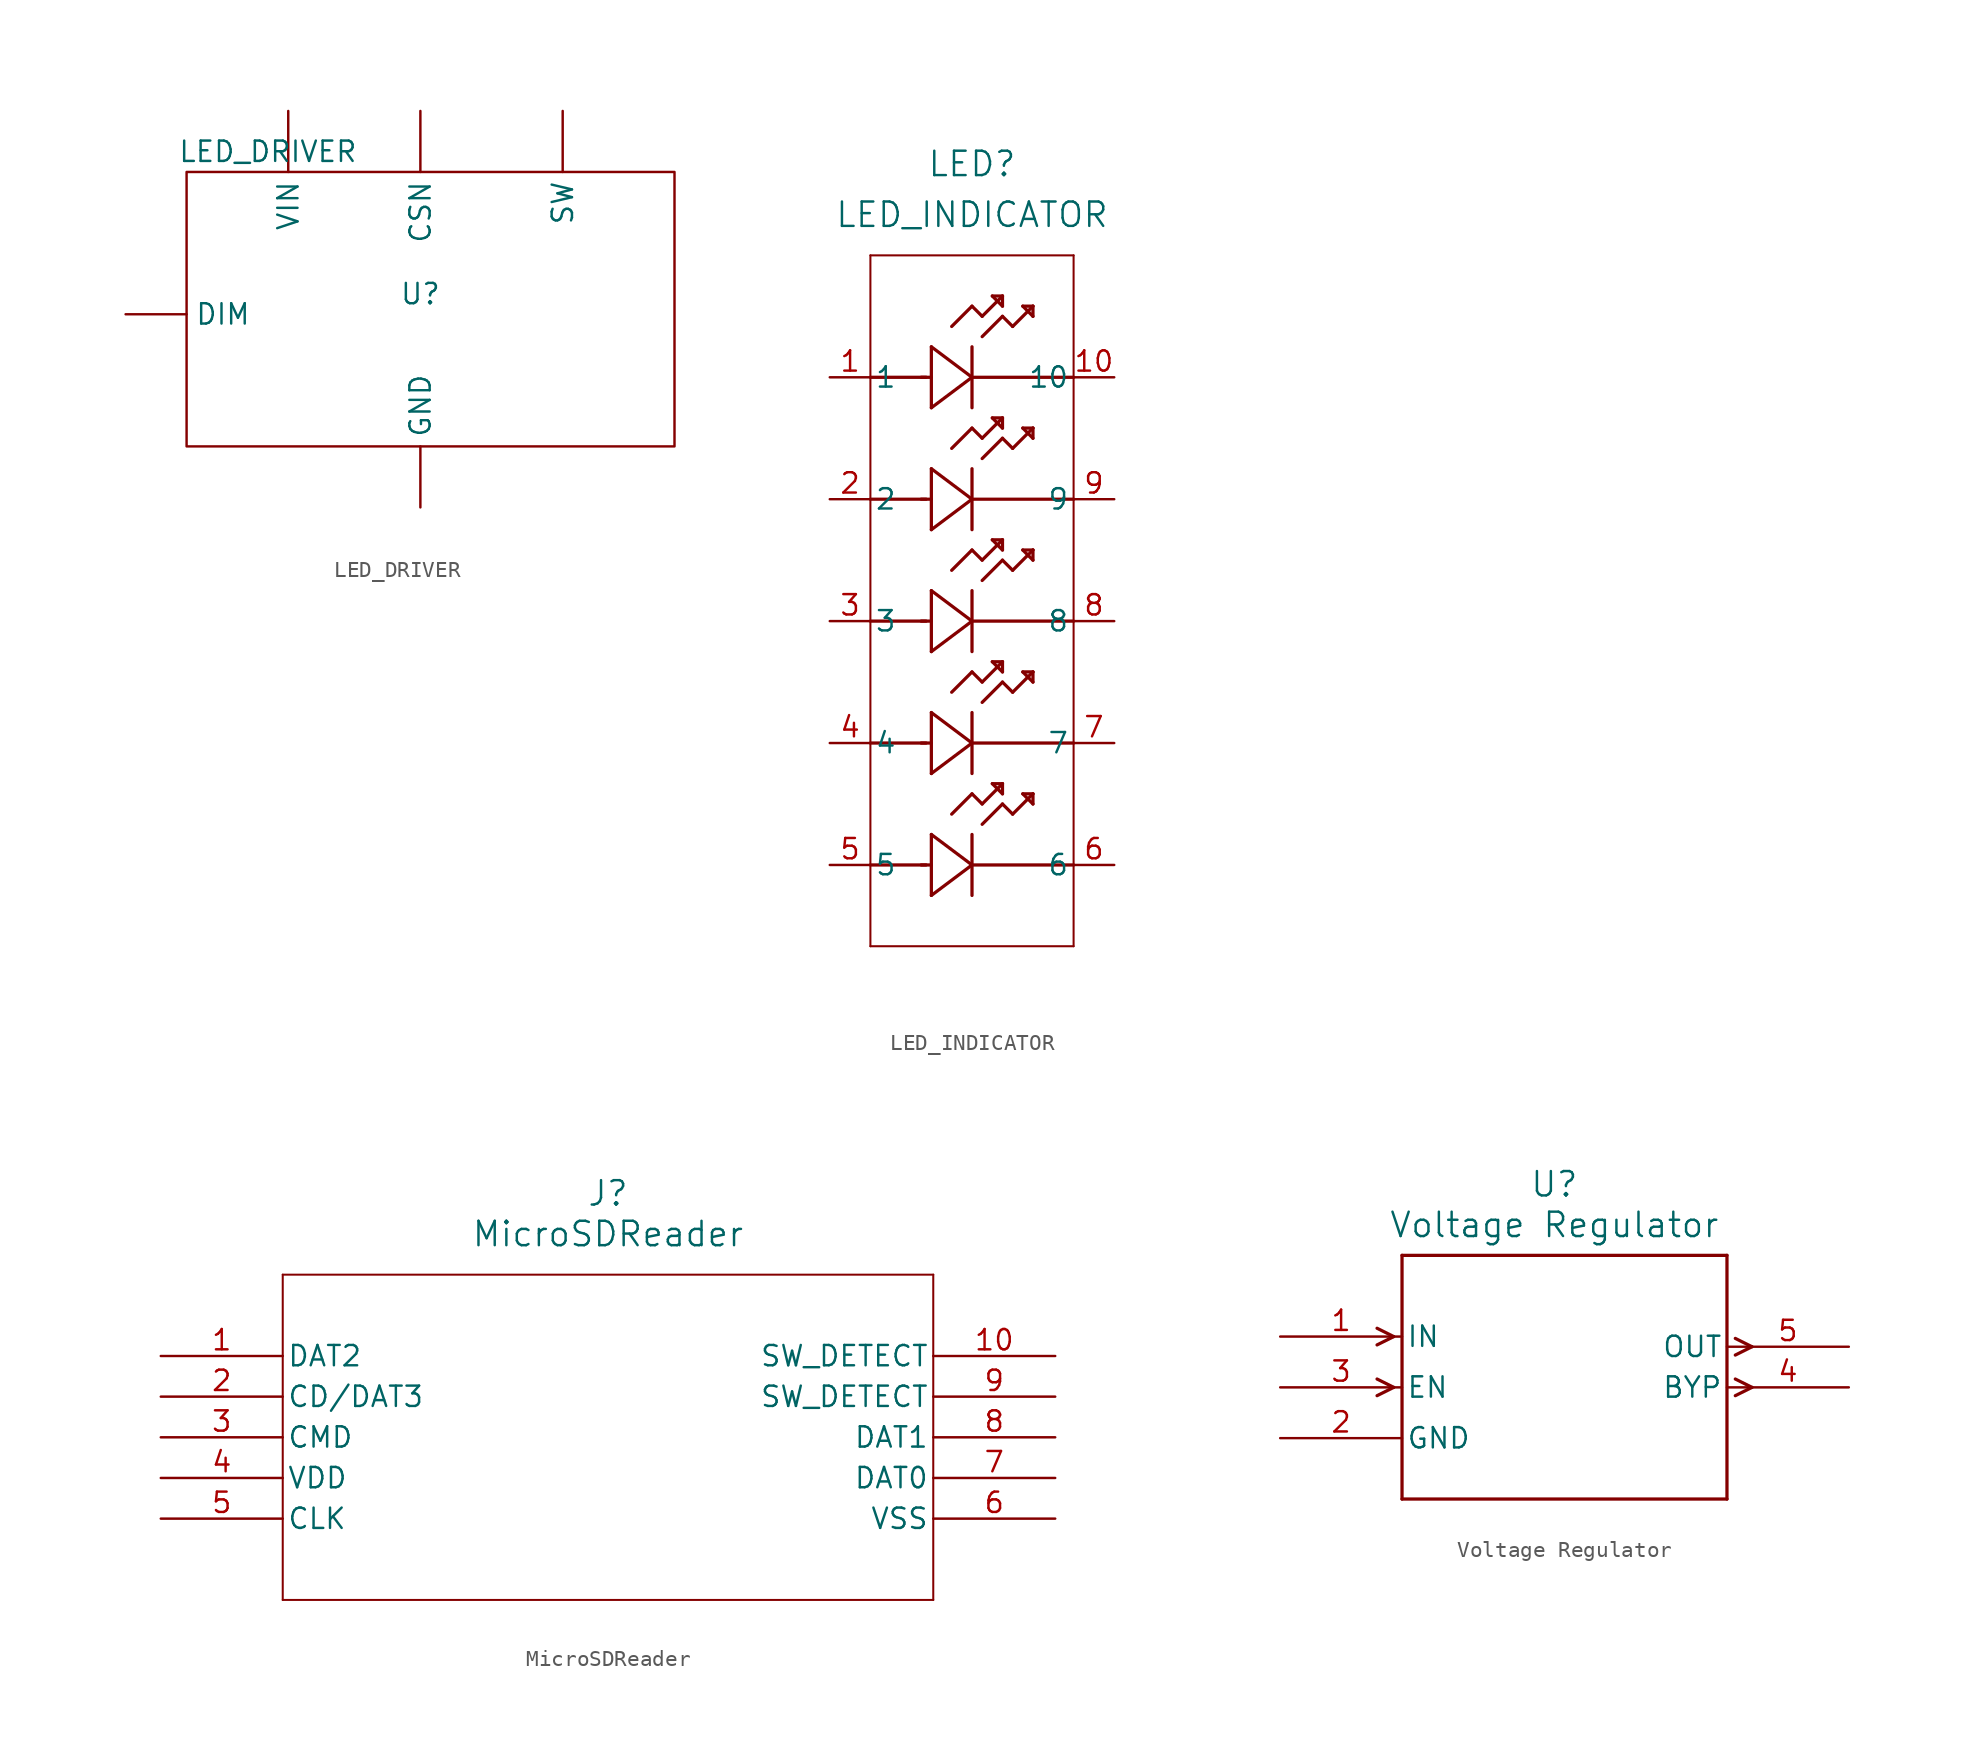
<source format=kicad_sym>
(kicad_symbol_lib
  (version 20220914)
  (generator kicad_symbol_editor)
  (symbol "LED_DRIVER"
    (property "Reference" "U"
      (at 9.525 -8.89 0)
      (effects (font (size 1.27 1.27))))
    (property "Value" "LED_DRIVER"
      (at 0 0 0)
      (effects (font (size 1.27 1.27))))
    (symbol "LED_DRIVER_0_1"
      (rectangle (start -5.08 -1.27) (end 25.4 -18.415) (stroke (width 0) (type default)) (fill (type none))))
    (symbol "LED_DRIVER_1_1"
      (pin bidirectional line (at 9.525 2.54 270) (length 3.81) (name "CSN" (effects (font (size 1.27 1.27)))) (number "" (effects (font (size 1.27 1.27)))))
      (pin bidirectional line (at -8.89 -10.16 0) (length 3.81) (name "DIM" (effects (font (size 1.27 1.27)))) (number "" (effects (font (size 1.27 1.27)))))
      (pin bidirectional line (at 9.525 -22.225 90) (length 3.81) (name "GND" (effects (font (size 1.27 1.27)))) (number "" (effects (font (size 1.27 1.27)))))
      (pin bidirectional line (at 18.415 2.54 270) (length 3.81) (name "SW" (effects (font (size 1.27 1.27)))) (number "" (effects (font (size 1.27 1.27)))))
      (pin bidirectional line (at 1.27 2.54 270) (length 3.81) (name "VIN" (effects (font (size 1.27 1.27)))) (number "" (effects (font (size 1.27 1.27)))))))
  (symbol "LED_INDICATOR"
    (pin_names
      (offset 0.254))
    (property "Reference" "LED"
      (at 8.89 13.335 0)
      (effects (font (size 1.524 1.524))))
    (property "Value" "LED_INDICATOR"
      (at 8.89 10.16 0)
      (effects (font (size 1.524 1.524))))
    (property "ki_locked" ""
      (at 0 0 0)
      (effects (font (size 1.27 1.27))))
    (symbol "LED_INDICATOR_0_1"
      (polyline (pts (xy 2.54 -30.48) (xy 6.02 -30.48)) (stroke (width 0.203) (type default)) (fill (type none)))
      (polyline (pts (xy 2.54 -22.86) (xy 6.02 -22.86)) (stroke (width 0.203) (type default)) (fill (type none)))
      (polyline (pts (xy 2.54 -15.24) (xy 6.02 -15.24)) (stroke (width 0.203) (type default)) (fill (type none)))
      (polyline (pts (xy 2.54 -7.62) (xy 6.02 -7.62)) (stroke (width 0.203) (type default)) (fill (type none)))
      (polyline (pts (xy 2.54 0) (xy 6.02 0)) (stroke (width 0.203) (type default)) (fill (type none)))
      (polyline (pts (xy 2.54 7.62) (xy 2.54 -35.56)) (stroke (width 0.127) (type default)) (fill (type none)))
      (polyline (pts (xy 5.715 -30.48) (xy 6.35 -30.48)) (stroke (width 0.203) (type default)) (fill (type none)))
      (polyline (pts (xy 5.715 -22.86) (xy 6.35 -22.86)) (stroke (width 0.203) (type default)) (fill (type none)))
      (polyline (pts (xy 5.715 -15.24) (xy 6.35 -15.24)) (stroke (width 0.203) (type default)) (fill (type none)))
      (polyline (pts (xy 5.715 -7.62) (xy 6.35 -7.62)) (stroke (width 0.203) (type default)) (fill (type none)))
      (polyline (pts (xy 5.715 0) (xy 6.35 0)) (stroke (width 0.203) (type default)) (fill (type none)))
      (polyline (pts (xy 6.35 -32.385) (xy 8.89 -30.48)) (stroke (width 0.203) (type default)) (fill (type none)))
      (polyline (pts (xy 6.35 -28.575) (xy 6.35 -32.385)) (stroke (width 0.203) (type default)) (fill (type none)))
      (polyline (pts (xy 6.35 -24.765) (xy 8.89 -22.86)) (stroke (width 0.203) (type default)) (fill (type none)))
      (polyline (pts (xy 6.35 -20.955) (xy 6.35 -24.765)) (stroke (width 0.203) (type default)) (fill (type none)))
      (polyline (pts (xy 6.35 -17.145) (xy 8.89 -15.24)) (stroke (width 0.203) (type default)) (fill (type none)))
      (polyline (pts (xy 6.35 -13.335) (xy 6.35 -17.145)) (stroke (width 0.203) (type default)) (fill (type none)))
      (polyline (pts (xy 6.35 -9.525) (xy 8.89 -7.62)) (stroke (width 0.203) (type default)) (fill (type none)))
      (polyline (pts (xy 6.35 -5.715) (xy 6.35 -9.525)) (stroke (width 0.203) (type default)) (fill (type none)))
      (polyline (pts (xy 6.35 -1.905) (xy 8.89 0)) (stroke (width 0.203) (type default)) (fill (type none)))
      (polyline (pts (xy 6.35 1.905) (xy 6.35 -1.905)) (stroke (width 0.203) (type default)) (fill (type none)))
      (polyline (pts (xy 7.62 -27.305) (xy 8.89 -26.035)) (stroke (width 0.203) (type default)) (fill (type none)))
      (polyline (pts (xy 7.62 -19.685) (xy 8.89 -18.415)) (stroke (width 0.203) (type default)) (fill (type none)))
      (polyline (pts (xy 7.62 -12.065) (xy 8.89 -10.795)) (stroke (width 0.203) (type default)) (fill (type none)))
      (polyline (pts (xy 7.62 -4.445) (xy 8.89 -3.175)) (stroke (width 0.203) (type default)) (fill (type none)))
      (polyline (pts (xy 7.62 3.175) (xy 8.89 4.445)) (stroke (width 0.203) (type default)) (fill (type none)))
      (polyline (pts (xy 8.89 -32.385) (xy 8.89 -28.575)) (stroke (width 0.203) (type default)) (fill (type none)))
      (polyline (pts (xy 8.89 -30.48) (xy 6.35 -28.575)) (stroke (width 0.203) (type default)) (fill (type none)))
      (polyline (pts (xy 8.89 -30.48) (xy 15.24 -30.48)) (stroke (width 0.203) (type default)) (fill (type none)))
      (polyline (pts (xy 8.89 -26.035) (xy 9.525 -26.67)) (stroke (width 0.203) (type default)) (fill (type none)))
      (polyline (pts (xy 8.89 -24.765) (xy 8.89 -20.955)) (stroke (width 0.203) (type default)) (fill (type none)))
      (polyline (pts (xy 8.89 -22.86) (xy 6.35 -20.955)) (stroke (width 0.203) (type default)) (fill (type none)))
      (polyline (pts (xy 8.89 -22.86) (xy 15.24 -22.86)) (stroke (width 0.203) (type default)) (fill (type none)))
      (polyline (pts (xy 8.89 -18.415) (xy 9.525 -19.05)) (stroke (width 0.203) (type default)) (fill (type none)))
      (polyline (pts (xy 8.89 -17.145) (xy 8.89 -13.335)) (stroke (width 0.203) (type default)) (fill (type none)))
      (polyline (pts (xy 8.89 -15.24) (xy 6.35 -13.335)) (stroke (width 0.203) (type default)) (fill (type none)))
      (polyline (pts (xy 8.89 -15.24) (xy 15.24 -15.24)) (stroke (width 0.203) (type default)) (fill (type none)))
      (polyline (pts (xy 8.89 -10.795) (xy 9.525 -11.43)) (stroke (width 0.203) (type default)) (fill (type none)))
      (polyline (pts (xy 8.89 -9.525) (xy 8.89 -5.715)) (stroke (width 0.203) (type default)) (fill (type none)))
      (polyline (pts (xy 8.89 -7.62) (xy 6.35 -5.715)) (stroke (width 0.203) (type default)) (fill (type none)))
      (polyline (pts (xy 8.89 -7.62) (xy 15.24 -7.62)) (stroke (width 0.203) (type default)) (fill (type none)))
      (polyline (pts (xy 8.89 -3.175) (xy 9.525 -3.81)) (stroke (width 0.203) (type default)) (fill (type none)))
      (polyline (pts (xy 8.89 -1.905) (xy 8.89 1.905)) (stroke (width 0.203) (type default)) (fill (type none)))
      (polyline (pts (xy 8.89 0) (xy 6.35 1.905)) (stroke (width 0.203) (type default)) (fill (type none)))
      (polyline (pts (xy 8.89 0) (xy 15.24 0)) (stroke (width 0.203) (type default)) (fill (type none)))
      (polyline (pts (xy 8.89 4.445) (xy 9.525 3.81)) (stroke (width 0.203) (type default)) (fill (type none)))
      (polyline (pts (xy 9.525 -27.94) (xy 10.795 -26.67)) (stroke (width 0.203) (type default)) (fill (type none)))
      (polyline (pts (xy 9.525 -26.67) (xy 10.795 -25.4)) (stroke (width 0.203) (type default)) (fill (type none)))
      (polyline (pts (xy 9.525 -20.32) (xy 10.795 -19.05)) (stroke (width 0.203) (type default)) (fill (type none)))
      (polyline (pts (xy 9.525 -19.05) (xy 10.795 -17.78)) (stroke (width 0.203) (type default)) (fill (type none)))
      (polyline (pts (xy 9.525 -12.7) (xy 10.795 -11.43)) (stroke (width 0.203) (type default)) (fill (type none)))
      (polyline (pts (xy 9.525 -11.43) (xy 10.795 -10.16)) (stroke (width 0.203) (type default)) (fill (type none)))
      (polyline (pts (xy 9.525 -5.08) (xy 10.795 -3.81)) (stroke (width 0.203) (type default)) (fill (type none)))
      (polyline (pts (xy 9.525 -3.81) (xy 10.795 -2.54)) (stroke (width 0.203) (type default)) (fill (type none)))
      (polyline (pts (xy 9.525 2.54) (xy 10.795 3.81)) (stroke (width 0.203) (type default)) (fill (type none)))
      (polyline (pts (xy 9.525 3.81) (xy 10.795 5.08)) (stroke (width 0.203) (type default)) (fill (type none)))
      (polyline (pts (xy 10.16 -25.4) (xy 10.795 -26.035)) (stroke (width 0.203) (type default)) (fill (type none)))
      (polyline (pts (xy 10.16 -17.78) (xy 10.795 -18.415)) (stroke (width 0.203) (type default)) (fill (type none)))
      (polyline (pts (xy 10.16 -10.16) (xy 10.795 -10.795)) (stroke (width 0.203) (type default)) (fill (type none)))
      (polyline (pts (xy 10.16 -2.54) (xy 10.795 -3.175)) (stroke (width 0.203) (type default)) (fill (type none)))
      (polyline (pts (xy 10.16 5.08) (xy 10.795 4.445)) (stroke (width 0.203) (type default)) (fill (type none)))
      (polyline (pts (xy 10.795 -26.67) (xy 11.43 -27.305)) (stroke (width 0.203) (type default)) (fill (type none)))
      (polyline (pts (xy 10.795 -26.035) (xy 10.795 -25.4)) (stroke (width 0.203) (type default)) (fill (type none)))
      (polyline (pts (xy 10.795 -25.4) (xy 10.16 -25.4)) (stroke (width 0.203) (type default)) (fill (type none)))
      (polyline (pts (xy 10.795 -19.05) (xy 11.43 -19.685)) (stroke (width 0.203) (type default)) (fill (type none)))
      (polyline (pts (xy 10.795 -18.415) (xy 10.795 -17.78)) (stroke (width 0.203) (type default)) (fill (type none)))
      (polyline (pts (xy 10.795 -17.78) (xy 10.16 -17.78)) (stroke (width 0.203) (type default)) (fill (type none)))
      (polyline (pts (xy 10.795 -11.43) (xy 11.43 -12.065)) (stroke (width 0.203) (type default)) (fill (type none)))
      (polyline (pts (xy 10.795 -10.795) (xy 10.795 -10.16)) (stroke (width 0.203) (type default)) (fill (type none)))
      (polyline (pts (xy 10.795 -10.16) (xy 10.16 -10.16)) (stroke (width 0.203) (type default)) (fill (type none)))
      (polyline (pts (xy 10.795 -3.81) (xy 11.43 -4.445)) (stroke (width 0.203) (type default)) (fill (type none)))
      (polyline (pts (xy 10.795 -3.175) (xy 10.795 -2.54)) (stroke (width 0.203) (type default)) (fill (type none)))
      (polyline (pts (xy 10.795 -2.54) (xy 10.16 -2.54)) (stroke (width 0.203) (type default)) (fill (type none)))
      (polyline (pts (xy 10.795 3.81) (xy 11.43 3.175)) (stroke (width 0.203) (type default)) (fill (type none)))
      (polyline (pts (xy 10.795 4.445) (xy 10.795 5.08)) (stroke (width 0.203) (type default)) (fill (type none)))
      (polyline (pts (xy 10.795 5.08) (xy 10.16 5.08)) (stroke (width 0.203) (type default)) (fill (type none)))
      (polyline (pts (xy 11.43 -27.305) (xy 12.7 -26.035)) (stroke (width 0.203) (type default)) (fill (type none)))
      (polyline (pts (xy 11.43 -19.685) (xy 12.7 -18.415)) (stroke (width 0.203) (type default)) (fill (type none)))
      (polyline (pts (xy 11.43 -12.065) (xy 12.7 -10.795)) (stroke (width 0.203) (type default)) (fill (type none)))
      (polyline (pts (xy 11.43 -4.445) (xy 12.7 -3.175)) (stroke (width 0.203) (type default)) (fill (type none)))
      (polyline (pts (xy 11.43 3.175) (xy 12.7 4.445)) (stroke (width 0.203) (type default)) (fill (type none)))
      (polyline (pts (xy 12.065 -26.035) (xy 12.7 -26.67)) (stroke (width 0.203) (type default)) (fill (type none)))
      (polyline (pts (xy 12.065 -18.415) (xy 12.7 -19.05)) (stroke (width 0.203) (type default)) (fill (type none)))
      (polyline (pts (xy 12.065 -10.795) (xy 12.7 -11.43)) (stroke (width 0.203) (type default)) (fill (type none)))
      (polyline (pts (xy 12.065 -3.175) (xy 12.7 -3.81)) (stroke (width 0.203) (type default)) (fill (type none)))
      (polyline (pts (xy 12.065 4.445) (xy 12.7 3.81)) (stroke (width 0.203) (type default)) (fill (type none)))
      (polyline (pts (xy 12.7 -26.67) (xy 12.7 -26.035)) (stroke (width 0.203) (type default)) (fill (type none)))
      (polyline (pts (xy 12.7 -26.035) (xy 12.065 -26.035)) (stroke (width 0.203) (type default)) (fill (type none)))
      (polyline (pts (xy 12.7 -19.05) (xy 12.7 -18.415)) (stroke (width 0.203) (type default)) (fill (type none)))
      (polyline (pts (xy 12.7 -18.415) (xy 12.065 -18.415)) (stroke (width 0.203) (type default)) (fill (type none)))
      (polyline (pts (xy 12.7 -11.43) (xy 12.7 -10.795)) (stroke (width 0.203) (type default)) (fill (type none)))
      (polyline (pts (xy 12.7 -10.795) (xy 12.065 -10.795)) (stroke (width 0.203) (type default)) (fill (type none)))
      (polyline (pts (xy 12.7 -3.81) (xy 12.7 -3.175)) (stroke (width 0.203) (type default)) (fill (type none)))
      (polyline (pts (xy 12.7 -3.175) (xy 12.065 -3.175)) (stroke (width 0.203) (type default)) (fill (type none)))
      (polyline (pts (xy 12.7 3.81) (xy 12.7 4.445)) (stroke (width 0.203) (type default)) (fill (type none)))
      (polyline (pts (xy 12.7 4.445) (xy 12.065 4.445)) (stroke (width 0.203) (type default)) (fill (type none)))
      (polyline (pts (xy 15.24 -35.56) (xy 2.54 -35.56)) (stroke (width 0.127) (type default)) (fill (type none)))
      (polyline (pts (xy 15.24 -35.56) (xy 15.24 7.62)) (stroke (width 0.127) (type default)) (fill (type none)))
      (polyline (pts (xy 15.24 7.62) (xy 2.54 7.62)) (stroke (width 0.127) (type default)) (fill (type none)))
      (pin unspecified line (at 0 0 0) (length 2.54) (name "1" (effects (font (size 1.27 1.27)))) (number "1" (effects (font (size 1.27 1.27)))))
      (pin unspecified line (at 17.78 0 180) (length 2.54) (name "10" (effects (font (size 1.27 1.27)))) (number "10" (effects (font (size 1.27 1.27)))))
      (pin unspecified line (at 0 -7.62 0) (length 2.54) (name "2" (effects (font (size 1.27 1.27)))) (number "2" (effects (font (size 1.27 1.27)))))
      (pin unspecified line (at 0 -15.24 0) (length 2.54) (name "3" (effects (font (size 1.27 1.27)))) (number "3" (effects (font (size 1.27 1.27)))))
      (pin unspecified line (at 0 -22.86 0) (length 2.54) (name "4" (effects (font (size 1.27 1.27)))) (number "4" (effects (font (size 1.27 1.27)))))
      (pin unspecified line (at 0 -30.48 0) (length 2.54) (name "5" (effects (font (size 1.27 1.27)))) (number "5" (effects (font (size 1.27 1.27)))))
      (pin unspecified line (at 17.78 -30.48 180) (length 2.54) (name "6" (effects (font (size 1.27 1.27)))) (number "6" (effects (font (size 1.27 1.27)))))
      (pin unspecified line (at 17.78 -22.86 180) (length 2.54) (name "7" (effects (font (size 1.27 1.27)))) (number "7" (effects (font (size 1.27 1.27)))))
      (pin unspecified line (at 17.78 -15.24 180) (length 2.54) (name "8" (effects (font (size 1.27 1.27)))) (number "8" (effects (font (size 1.27 1.27)))))
      (pin unspecified line (at 17.78 -7.62 180) (length 2.54) (name "9" (effects (font (size 1.27 1.27)))) (number "9" (effects (font (size 1.27 1.27)))))))
  (symbol "MicroSDReader"
    (pin_names
      (offset 0.254))
    (property "Reference" "J"
      (at 27.94 10.16 0)
      (effects (font (size 1.524 1.524))))
    (property "Value" "MicroSDReader"
      (at 27.94 7.62 0)
      (effects (font (size 1.524 1.524))))
    (property "ki_locked" ""
      (at 0 0 0)
      (effects (font (size 1.27 1.27))))
    (symbol "MicroSDReader_0_1"
      (polyline (pts (xy 7.62 -15.24) (xy 48.26 -15.24)) (stroke (width 0.127) (type default)) (fill (type none)))
      (polyline (pts (xy 7.62 5.08) (xy 7.62 -15.24)) (stroke (width 0.127) (type default)) (fill (type none)))
      (polyline (pts (xy 48.26 -15.24) (xy 48.26 5.08)) (stroke (width 0.127) (type default)) (fill (type none)))
      (polyline (pts (xy 48.26 5.08) (xy 7.62 5.08)) (stroke (width 0.127) (type default)) (fill (type none)))
      (pin bidirectional line (at 0 0 0) (length 7.62) (name "DAT2" (effects (font (size 1.27 1.27)))) (number "1" (effects (font (size 1.27 1.27)))))
      (pin unspecified line (at 55.88 0 180) (length 7.62) (name "SW_DETECT" (effects (font (size 1.27 1.27)))) (number "10" (effects (font (size 1.27 1.27)))))
      (pin bidirectional line (at 0 -2.54 0) (length 7.62) (name "CD/DAT3" (effects (font (size 1.27 1.27)))) (number "2" (effects (font (size 1.27 1.27)))))
      (pin unspecified line (at 0 -5.08 0) (length 7.62) (name "CMD" (effects (font (size 1.27 1.27)))) (number "3" (effects (font (size 1.27 1.27)))))
      (pin power_in line (at 0 -7.62 0) (length 7.62) (name "VDD" (effects (font (size 1.27 1.27)))) (number "4" (effects (font (size 1.27 1.27)))))
      (pin unspecified line (at 0 -10.16 0) (length 7.62) (name "CLK" (effects (font (size 1.27 1.27)))) (number "5" (effects (font (size 1.27 1.27)))))
      (pin power_out line (at 55.88 -10.16 180) (length 7.62) (name "VSS" (effects (font (size 1.27 1.27)))) (number "6" (effects (font (size 1.27 1.27)))))
      (pin bidirectional line (at 55.88 -7.62 180) (length 7.62) (name "DAT0" (effects (font (size 1.27 1.27)))) (number "7" (effects (font (size 1.27 1.27)))))
      (pin bidirectional line (at 55.88 -5.08 180) (length 7.62) (name "DAT1" (effects (font (size 1.27 1.27)))) (number "8" (effects (font (size 1.27 1.27)))))
      (pin unspecified line (at 55.88 -2.54 180) (length 7.62) (name "SW_DETECT" (effects (font (size 1.27 1.27)))) (number "9" (effects (font (size 1.27 1.27)))))))
  (symbol "Voltage Regulator"
    (pin_names
      (offset 0.254))
    (property "Reference" "U"
      (at 17.145 9.525 0)
      (effects (font (size 1.524 1.524))))
    (property "Value" "Voltage Regulator"
      (at 17.145 6.985 0)
      (effects (font (size 1.524 1.524))))
    (property "ki_locked" ""
      (at 0 0 0)
      (effects (font (size 1.27 1.27))))
    (symbol "Voltage Regulator_0_1"
      (polyline (pts (xy 7.099 -3.175) (xy 6.058 -3.696)) (stroke (width 0.203) (type default)) (fill (type none)))
      (polyline (pts (xy 7.099 -3.175) (xy 6.058 -2.654)) (stroke (width 0.203) (type default)) (fill (type none)))
      (polyline (pts (xy 7.099 0) (xy 6.058 -0.521)) (stroke (width 0.203) (type default)) (fill (type none)))
      (polyline (pts (xy 7.099 0) (xy 6.058 0.521)) (stroke (width 0.203) (type default)) (fill (type none)))
      (polyline (pts (xy 7.62 -10.16) (xy 27.94 -10.16)) (stroke (width 0.203) (type default)) (fill (type none)))
      (polyline (pts (xy 7.62 5.08) (xy 7.62 -10.16)) (stroke (width 0.203) (type default)) (fill (type none)))
      (polyline (pts (xy 27.94 -10.16) (xy 27.94 5.08)) (stroke (width 0.203) (type default)) (fill (type none)))
      (polyline (pts (xy 27.94 5.08) (xy 7.62 5.08)) (stroke (width 0.203) (type default)) (fill (type none)))
      (polyline (pts (xy 28.461 -3.696) (xy 29.502 -3.175)) (stroke (width 0.203) (type default)) (fill (type none)))
      (polyline (pts (xy 28.461 -2.654) (xy 29.502 -3.175)) (stroke (width 0.203) (type default)) (fill (type none)))
      (polyline (pts (xy 28.461 -1.156) (xy 29.502 -0.635)) (stroke (width 0.203) (type default)) (fill (type none)))
      (polyline (pts (xy 28.461 -0.114) (xy 29.502 -0.635)) (stroke (width 0.203) (type default)) (fill (type none)))
      (pin input line (at 0 0 0) (length 7.62) (name "IN" (effects (font (size 1.27 1.27)))) (number "1" (effects (font (size 1.27 1.27)))))
      (pin input line (at 0 -3.175 0) (length 7.62) (name "EN" (effects (font (size 1.27 1.27)))) (number "3" (effects (font (size 1.27 1.27)))))
      (pin output line (at 35.56 -3.175 180) (length 7.62) (name "BYP" (effects (font (size 1.27 1.27)))) (number "4" (effects (font (size 1.27 1.27)))))
      (pin output line (at 35.56 -0.635 180) (length 7.62) (name "OUT" (effects (font (size 1.27 1.27)))) (number "5" (effects (font (size 1.27 1.27))))))
    (symbol "Voltage Regulator_1_1"
      (pin power_in line (at 0 -6.35 0) (length 7.62) (name "GND" (effects (font (size 1.27 1.27)))) (number "2" (effects (font (size 1.27 1.27))))))))
</source>
